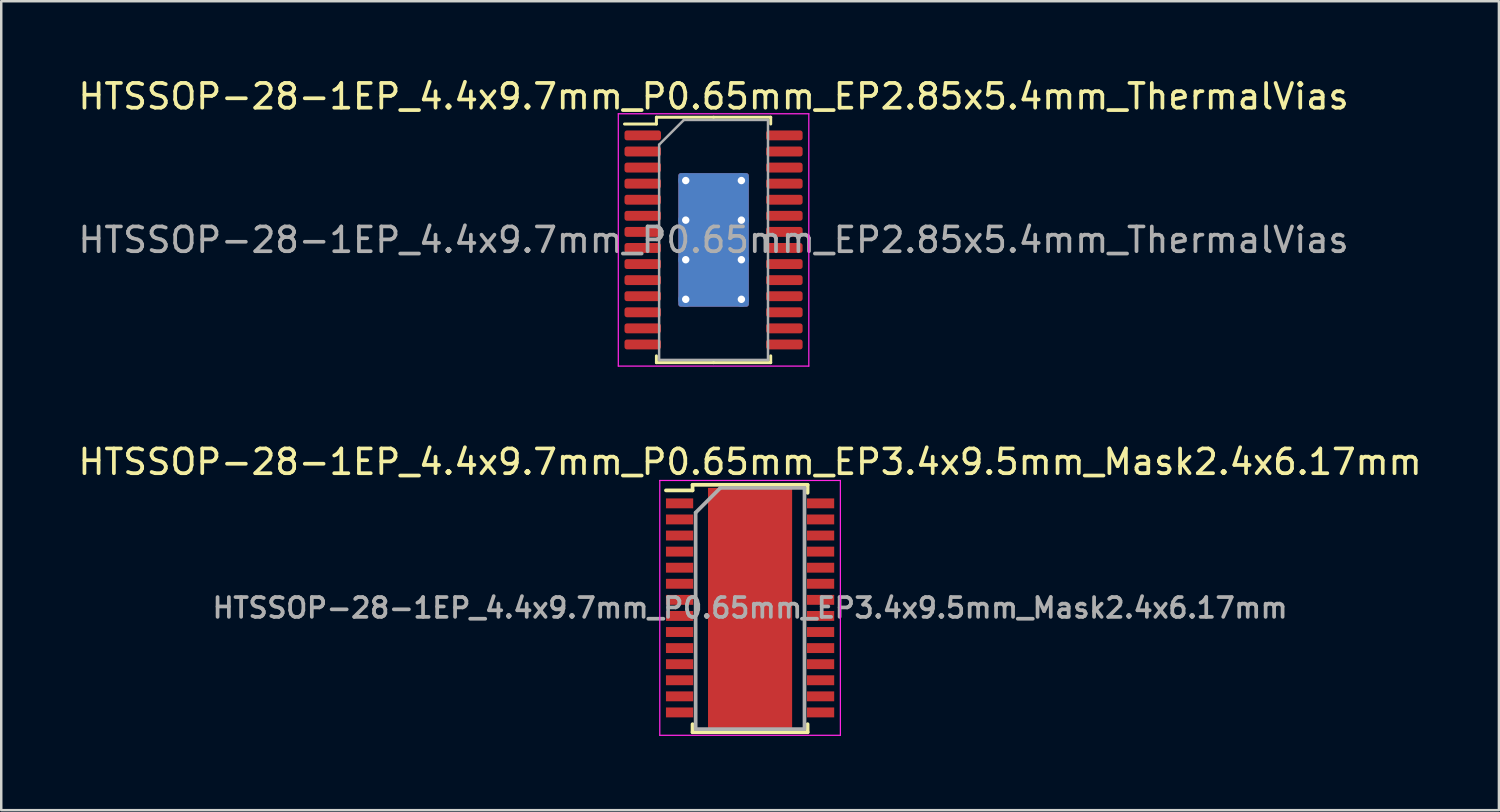
<source format=kicad_pcb>
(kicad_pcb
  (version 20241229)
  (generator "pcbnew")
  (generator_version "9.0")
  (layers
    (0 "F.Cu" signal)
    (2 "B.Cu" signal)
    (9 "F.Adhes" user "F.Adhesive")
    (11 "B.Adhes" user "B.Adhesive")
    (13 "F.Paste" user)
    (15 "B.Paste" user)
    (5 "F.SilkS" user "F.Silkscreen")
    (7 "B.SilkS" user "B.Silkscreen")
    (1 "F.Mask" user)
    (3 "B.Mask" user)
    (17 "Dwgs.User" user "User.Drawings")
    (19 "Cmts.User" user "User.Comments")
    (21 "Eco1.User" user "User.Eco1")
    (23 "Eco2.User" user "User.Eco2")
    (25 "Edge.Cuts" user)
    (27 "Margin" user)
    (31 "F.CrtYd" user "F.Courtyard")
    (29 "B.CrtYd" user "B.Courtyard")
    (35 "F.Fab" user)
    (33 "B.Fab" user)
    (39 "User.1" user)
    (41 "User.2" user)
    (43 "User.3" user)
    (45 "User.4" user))
  (footprint "HTSSOP-28-1EP_4.4x9.7mm_P0.65mm_EP2.85x5.4mm_ThermalVias"
    (layer "F.Cu")
    (at 25.792 6.648)
    (property "Reference" "HTSSOP-28-1EP_4.4x9.7mm_P0.65mm_EP2.85x5.4mm_ThermalVias" (at 0 -5.8 0) (layer "F.SilkS") (effects (font (size 1 1) (thickness 0.15))))
    (attr smd)
    (fp_line (start -2.31 -4.96) (end -2.31 -4.685) (stroke (width 0.12) (type solid)) (layer "F.SilkS"))
    (fp_line (start -2.31 -4.685) (end -3.6 -4.685) (stroke (width 0.12) (type solid)) (layer "F.SilkS"))
    (fp_line (start -2.31 4.96) (end -2.31 4.685) (stroke (width 0.12) (type solid)) (layer "F.SilkS"))
    (fp_line (start 0 -4.96) (end -2.31 -4.96) (stroke (width 0.12) (type solid)) (layer "F.SilkS"))
    (fp_line (start 0 -4.96) (end 2.31 -4.96) (stroke (width 0.12) (type solid)) (layer "F.SilkS"))
    (fp_line (start 0 4.96) (end -2.31 4.96) (stroke (width 0.12) (type solid)) (layer "F.SilkS"))
    (fp_line (start 0 4.96) (end 2.31 4.96) (stroke (width 0.12) (type solid)) (layer "F.SilkS"))
    (fp_line (start 2.31 -4.96) (end 2.31 -4.685) (stroke (width 0.12) (type solid)) (layer "F.SilkS"))
    (fp_line (start 2.31 4.96) (end 2.31 4.685) (stroke (width 0.12) (type solid)) (layer "F.SilkS"))
    (fp_line (start -3.85 -5.1) (end -3.85 5.1) (stroke (width 0.05) (type solid)) (layer "F.CrtYd"))
    (fp_line (start -3.85 5.1) (end 3.85 5.1) (stroke (width 0.05) (type solid)) (layer "F.CrtYd"))
    (fp_line (start 3.85 -5.1) (end -3.85 -5.1) (stroke (width 0.05) (type solid)) (layer "F.CrtYd"))
    (fp_line (start 3.85 5.1) (end 3.85 -5.1) (stroke (width 0.05) (type solid)) (layer "F.CrtYd"))
    (fp_line (start -2.2 -3.85) (end -1.2 -4.85) (stroke (width 0.1) (type solid)) (layer "F.Fab"))
    (fp_line (start -2.2 4.85) (end -2.2 -3.85) (stroke (width 0.1) (type solid)) (layer "F.Fab"))
    (fp_line (start -1.2 -4.85) (end 2.2 -4.85) (stroke (width 0.1) (type solid)) (layer "F.Fab"))
    (fp_line (start 2.2 -4.85) (end 2.2 4.85) (stroke (width 0.1) (type solid)) (layer "F.Fab"))
    (fp_line (start 2.2 4.85) (end -2.2 4.85) (stroke (width 0.1) (type solid)) (layer "F.Fab"))
    (fp_text user "${REFERENCE}" (at 0 0 0) (layer "F.Fab") (effects (font (size 1 1) (thickness 0.15))))
    (pad "" smd roundrect (at 0 -1.8) (size 2.3 1.45) (layers "F.Paste") (roundrect_rratio 0.172))
    (pad "" smd roundrect (at 0 0) (size 2.3 1.45) (layers "F.Paste") (roundrect_rratio 0.172))
    (pad "" smd roundrect (at 0 1.8) (size 2.3 1.45) (layers "F.Paste") (roundrect_rratio 0.172))
    (pad "1" smd roundrect (at -2.862 -4.225) (size 1.475 0.4) (layers "F.Cu" "F.Mask" "F.Paste") (roundrect_rratio 0.25))
    (pad "2" smd roundrect (at -2.862 -3.575) (size 1.475 0.4) (layers "F.Cu" "F.Mask" "F.Paste") (roundrect_rratio 0.25))
    (pad "3" smd roundrect (at -2.862 -2.925) (size 1.475 0.4) (layers "F.Cu" "F.Mask" "F.Paste") (roundrect_rratio 0.25))
    (pad "4" smd roundrect (at -2.862 -2.275) (size 1.475 0.4) (layers "F.Cu" "F.Mask" "F.Paste") (roundrect_rratio 0.25))
    (pad "5" smd roundrect (at -2.862 -1.625) (size 1.475 0.4) (layers "F.Cu" "F.Mask" "F.Paste") (roundrect_rratio 0.25))
    (pad "6" smd roundrect (at -2.862 -0.975) (size 1.475 0.4) (layers "F.Cu" "F.Mask" "F.Paste") (roundrect_rratio 0.25))
    (pad "7" smd roundrect (at -2.862 -0.325) (size 1.475 0.4) (layers "F.Cu" "F.Mask" "F.Paste") (roundrect_rratio 0.25))
    (pad "8" smd roundrect (at -2.862 0.325) (size 1.475 0.4) (layers "F.Cu" "F.Mask" "F.Paste") (roundrect_rratio 0.25))
    (pad "9" smd roundrect (at -2.862 0.975) (size 1.475 0.4) (layers "F.Cu" "F.Mask" "F.Paste") (roundrect_rratio 0.25))
    (pad "10" smd roundrect (at -2.862 1.625) (size 1.475 0.4) (layers "F.Cu" "F.Mask" "F.Paste") (roundrect_rratio 0.25))
    (pad "11" smd roundrect (at -2.862 2.275) (size 1.475 0.4) (layers "F.Cu" "F.Mask" "F.Paste") (roundrect_rratio 0.25))
    (pad "12" smd roundrect (at -2.862 2.925) (size 1.475 0.4) (layers "F.Cu" "F.Mask" "F.Paste") (roundrect_rratio 0.25))
    (pad "13" smd roundrect (at -2.862 3.575) (size 1.475 0.4) (layers "F.Cu" "F.Mask" "F.Paste") (roundrect_rratio 0.25))
    (pad "14" smd roundrect (at -2.862 4.225) (size 1.475 0.4) (layers "F.Cu" "F.Mask" "F.Paste") (roundrect_rratio 0.25))
    (pad "15" smd roundrect (at 2.862 4.225) (size 1.475 0.4) (layers "F.Cu" "F.Mask" "F.Paste") (roundrect_rratio 0.25))
    (pad "16" smd roundrect (at 2.862 3.575) (size 1.475 0.4) (layers "F.Cu" "F.Mask" "F.Paste") (roundrect_rratio 0.25))
    (pad "17" smd roundrect (at 2.862 2.925) (size 1.475 0.4) (layers "F.Cu" "F.Mask" "F.Paste") (roundrect_rratio 0.25))
    (pad "18" smd roundrect (at 2.862 2.275) (size 1.475 0.4) (layers "F.Cu" "F.Mask" "F.Paste") (roundrect_rratio 0.25))
    (pad "19" smd roundrect (at 2.862 1.625) (size 1.475 0.4) (layers "F.Cu" "F.Mask" "F.Paste") (roundrect_rratio 0.25))
    (pad "20" smd roundrect (at 2.862 0.975) (size 1.475 0.4) (layers "F.Cu" "F.Mask" "F.Paste") (roundrect_rratio 0.25))
    (pad "21" smd roundrect (at 2.862 0.325) (size 1.475 0.4) (layers "F.Cu" "F.Mask" "F.Paste") (roundrect_rratio 0.25))
    (pad "22" smd roundrect (at 2.862 -0.325) (size 1.475 0.4) (layers "F.Cu" "F.Mask" "F.Paste") (roundrect_rratio 0.25))
    (pad "23" smd roundrect (at 2.862 -0.975) (size 1.475 0.4) (layers "F.Cu" "F.Mask" "F.Paste") (roundrect_rratio 0.25))
    (pad "24" smd roundrect (at 2.862 -1.625) (size 1.475 0.4) (layers "F.Cu" "F.Mask" "F.Paste") (roundrect_rratio 0.25))
    (pad "25" smd roundrect (at 2.862 -2.275) (size 1.475 0.4) (layers "F.Cu" "F.Mask" "F.Paste") (roundrect_rratio 0.25))
    (pad "26" smd roundrect (at 2.862 -2.925) (size 1.475 0.4) (layers "F.Cu" "F.Mask" "F.Paste") (roundrect_rratio 0.25))
    (pad "27" smd roundrect (at 2.862 -3.575) (size 1.475 0.4) (layers "F.Cu" "F.Mask" "F.Paste") (roundrect_rratio 0.25))
    (pad "28" smd roundrect (at 2.862 -4.225) (size 1.475 0.4) (layers "F.Cu" "F.Mask" "F.Paste") (roundrect_rratio 0.25))
    (pad "29" thru_hole circle (at -1.125 -2.4) (size 0.6 0.6) (drill 0.3) (layers "*.Cu"))
    (pad "29" thru_hole circle (at -1.125 -0.8) (size 0.6 0.6) (drill 0.3) (layers "*.Cu"))
    (pad "29" thru_hole circle (at -1.125 0.8) (size 0.6 0.6) (drill 0.3) (layers "*.Cu"))
    (pad "29" thru_hole circle (at -1.125 2.4) (size 0.6 0.6) (drill 0.3) (layers "*.Cu"))
    (pad "29" smd roundrect (at 0 0) (size 2.85 5.4) (layers "F.Cu" "F.Mask") (roundrect_rratio 0.035))
    (pad "29" smd roundrect (at 0 0) (size 2.85 5.4) (layers "B.Cu") (roundrect_rratio 0.035))
    (pad "29" thru_hole circle (at 1.125 -2.4) (size 0.6 0.6) (drill 0.3) (layers "*.Cu"))
    (pad "29" thru_hole circle (at 1.125 -0.8) (size 0.6 0.6) (drill 0.3) (layers "*.Cu"))
    (pad "29" thru_hole circle (at 1.125 0.8) (size 0.6 0.6) (drill 0.3) (layers "*.Cu"))
    (pad "29" thru_hole circle (at 1.125 2.4) (size 0.6 0.6) (drill 0.3) (layers "*.Cu")))
  (footprint "HTSSOP-28-1EP_4.4x9.7mm_P0.65mm_EP3.4x9.5mm_Mask2.4x6.17mm"
    (layer "F.Cu")
    (at 27.268 21.521)
    (property "Reference" "HTSSOP-28-1EP_4.4x9.7mm_P0.65mm_EP3.4x9.5mm_Mask2.4x6.17mm" (at 0 -5.9 0) (layer "F.SilkS") (effects (font (size 1 1) (thickness 0.15))))
    (attr smd)
    (fp_line (start -2.325 -4.975) (end -2.325 -4.75) (stroke (width 0.15) (type solid)) (layer "F.SilkS"))
    (fp_line (start -2.325 -4.975) (end 2.325 -4.975) (stroke (width 0.15) (type solid)) (layer "F.SilkS"))
    (fp_line (start -2.325 -4.75) (end -3.4 -4.75) (stroke (width 0.15) (type solid)) (layer "F.SilkS"))
    (fp_line (start -2.325 5.026) (end -2.325 4.701) (stroke (width 0.15) (type solid)) (layer "F.SilkS"))
    (fp_line (start -2.325 5.026) (end 2.325 5.026) (stroke (width 0.15) (type solid)) (layer "F.SilkS"))
    (fp_line (start 2.325 -4.975) (end 2.325 -4.65) (stroke (width 0.15) (type solid)) (layer "F.SilkS"))
    (fp_line (start 2.325 5.026) (end 2.325 4.701) (stroke (width 0.15) (type solid)) (layer "F.SilkS"))
    (fp_line (start -3.65 -5.15) (end -3.65 5.15) (stroke (width 0.05) (type solid)) (layer "F.CrtYd"))
    (fp_line (start -3.65 -5.15) (end 3.65 -5.15) (stroke (width 0.05) (type solid)) (layer "F.CrtYd"))
    (fp_line (start -3.65 5.15) (end 3.65 5.15) (stroke (width 0.05) (type solid)) (layer "F.CrtYd"))
    (fp_line (start 3.65 -5.15) (end 3.65 5.15) (stroke (width 0.05) (type solid)) (layer "F.CrtYd"))
    (fp_line (start -2.2 -3.85) (end -1.2 -4.85) (stroke (width 0.15) (type solid)) (layer "F.Fab"))
    (fp_line (start -2.2 4.85) (end -2.2 -3.85) (stroke (width 0.15) (type solid)) (layer "F.Fab"))
    (fp_line (start -1.2 -4.85) (end 2.2 -4.85) (stroke (width 0.15) (type solid)) (layer "F.Fab"))
    (fp_line (start 2.2 -4.85) (end 2.2 4.85) (stroke (width 0.15) (type solid)) (layer "F.Fab"))
    (fp_line (start 2.2 4.901) (end -2.2 4.901) (stroke (width 0.15) (type solid)) (layer "F.Fab"))
    (fp_text user "${REFERENCE}" (at 0 0 0) (layer "F.Fab") (effects (font (size 0.8 0.8) (thickness 0.15))))
    (pad "" smd rect (at -0.6 -2.468) (size 0.9 0.93) (layers "F.Paste"))
    (pad "" smd rect (at -0.6 -1.234) (size 0.9 0.93) (layers "F.Paste"))
    (pad "" smd rect (at -0.6 0) (size 0.9 0.93) (layers "F.Paste"))
    (pad "" smd rect (at -0.6 1.234) (size 0.9 0.93) (layers "F.Paste"))
    (pad "" smd rect (at -0.6 2.468) (size 0.9 0.93) (layers "F.Paste"))
    (pad "" smd rect (at 0 0) (size 2.4 6.17) (layers "F.Paste"))
    (pad "" smd rect (at 0.6 -2.468) (size 0.9 0.93) (layers "F.Paste"))
    (pad "" smd rect (at 0.6 -1.234) (size 0.9 0.93) (layers "F.Paste"))
    (pad "" smd rect (at 0.6 0) (size 0.9 0.93) (layers "F.Paste"))
    (pad "" smd rect (at 0.6 1.234) (size 0.9 0.93) (layers "F.Paste"))
    (pad "" smd rect (at 0.6 2.468) (size 0.9 0.93) (layers "F.Paste"))
    (pad "1" smd rect (at -2.85 -4.225) (size 1.1 0.4) (layers "F.Cu" "F.Mask" "F.Paste"))
    (pad "2" smd rect (at -2.85 -3.575) (size 1.1 0.4) (layers "F.Cu" "F.Mask" "F.Paste"))
    (pad "3" smd rect (at -2.85 -2.925) (size 1.1 0.4) (layers "F.Cu" "F.Mask" "F.Paste"))
    (pad "4" smd rect (at -2.85 -2.275) (size 1.1 0.4) (layers "F.Cu" "F.Mask" "F.Paste"))
    (pad "5" smd rect (at -2.85 -1.625) (size 1.1 0.4) (layers "F.Cu" "F.Mask" "F.Paste"))
    (pad "6" smd rect (at -2.85 -0.975) (size 1.1 0.4) (layers "F.Cu" "F.Mask" "F.Paste"))
    (pad "7" smd rect (at -2.85 -0.325) (size 1.1 0.4) (layers "F.Cu" "F.Mask" "F.Paste"))
    (pad "8" smd rect (at -2.85 0.325) (size 1.1 0.4) (layers "F.Cu" "F.Mask" "F.Paste"))
    (pad "9" smd rect (at -2.85 0.975) (size 1.1 0.4) (layers "F.Cu" "F.Mask" "F.Paste"))
    (pad "10" smd rect (at -2.85 1.625) (size 1.1 0.4) (layers "F.Cu" "F.Mask" "F.Paste"))
    (pad "11" smd rect (at -2.85 2.275) (size 1.1 0.4) (layers "F.Cu" "F.Mask" "F.Paste"))
    (pad "12" smd rect (at -2.85 2.925) (size 1.1 0.4) (layers "F.Cu" "F.Mask" "F.Paste"))
    (pad "13" smd rect (at -2.85 3.575) (size 1.1 0.4) (layers "F.Cu" "F.Mask" "F.Paste"))
    (pad "14" smd rect (at -2.85 4.225) (size 1.1 0.4) (layers "F.Cu" "F.Mask" "F.Paste"))
    (pad "15" smd rect (at 2.85 4.225) (size 1.1 0.4) (layers "F.Cu" "F.Mask" "F.Paste"))
    (pad "16" smd rect (at 2.85 3.575) (size 1.1 0.4) (layers "F.Cu" "F.Mask" "F.Paste"))
    (pad "17" smd rect (at 2.85 2.925) (size 1.1 0.4) (layers "F.Cu" "F.Mask" "F.Paste"))
    (pad "18" smd rect (at 2.85 2.275) (size 1.1 0.4) (layers "F.Cu" "F.Mask" "F.Paste"))
    (pad "19" smd rect (at 2.85 1.625) (size 1.1 0.4) (layers "F.Cu" "F.Mask" "F.Paste"))
    (pad "20" smd rect (at 2.85 0.975) (size 1.1 0.4) (layers "F.Cu" "F.Mask" "F.Paste"))
    (pad "21" smd rect (at 2.85 0.325) (size 1.1 0.4) (layers "F.Cu" "F.Mask" "F.Paste"))
    (pad "22" smd rect (at 2.85 -0.325) (size 1.1 0.4) (layers "F.Cu" "F.Mask" "F.Paste"))
    (pad "23" smd rect (at 2.85 -0.975) (size 1.1 0.4) (layers "F.Cu" "F.Mask" "F.Paste"))
    (pad "24" smd rect (at 2.85 -1.625) (size 1.1 0.4) (layers "F.Cu" "F.Mask" "F.Paste"))
    (pad "25" smd rect (at 2.85 -2.275) (size 1.1 0.4) (layers "F.Cu" "F.Mask" "F.Paste"))
    (pad "26" smd rect (at 2.85 -2.925) (size 1.1 0.4) (layers "F.Cu" "F.Mask" "F.Paste"))
    (pad "27" smd rect (at 2.85 -3.575) (size 1.1 0.4) (layers "F.Cu" "F.Mask" "F.Paste"))
    (pad "28" smd rect (at 2.85 -4.225) (size 1.1 0.4) (layers "F.Cu" "F.Mask" "F.Paste"))
    (pad "29" smd rect (at 0 0) (size 3.4 9.7) (layers "F.Cu")))
  (gr_rect
    (start -3 -3)
    (end 57.536 29.697)
    (stroke (width 0.1) (type default))
    (fill no)
    (layer "Edge.Cuts")))
</source>
